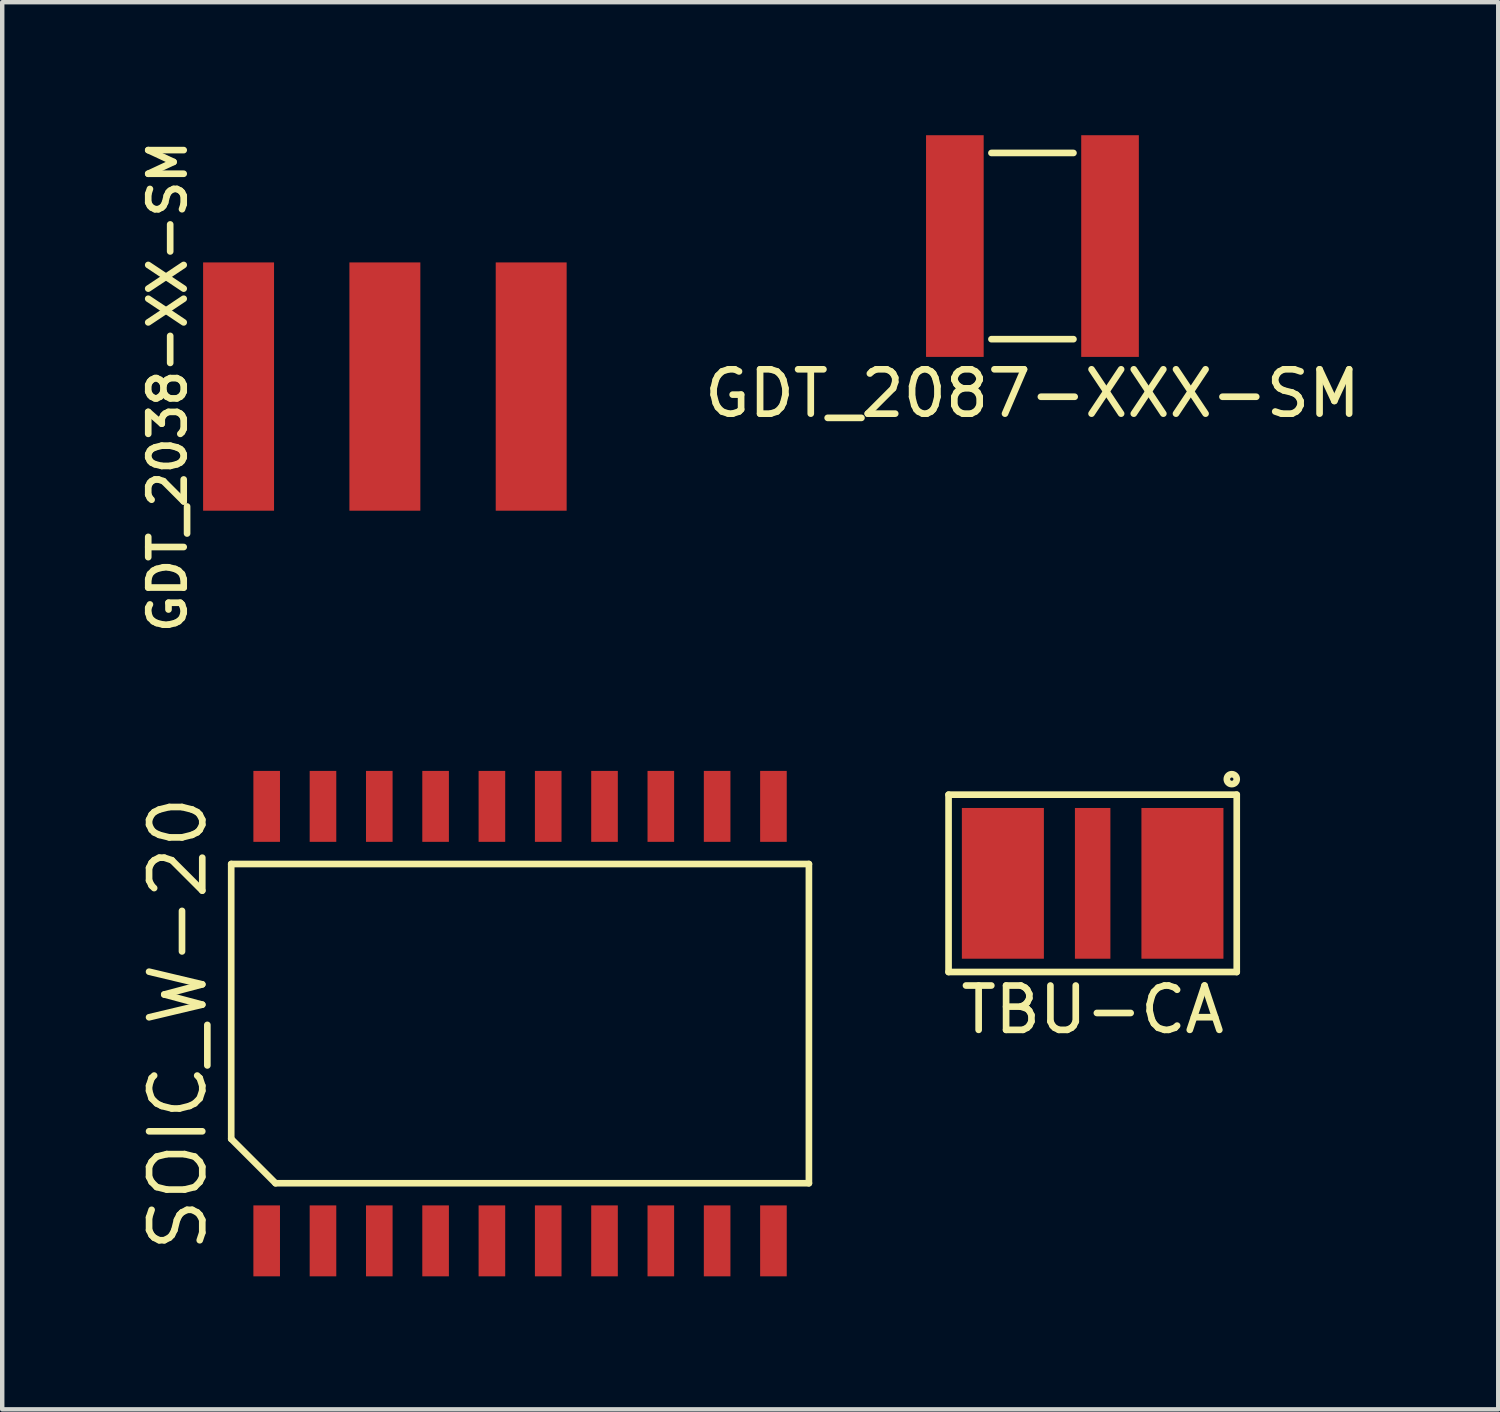
<source format=kicad_pcb>
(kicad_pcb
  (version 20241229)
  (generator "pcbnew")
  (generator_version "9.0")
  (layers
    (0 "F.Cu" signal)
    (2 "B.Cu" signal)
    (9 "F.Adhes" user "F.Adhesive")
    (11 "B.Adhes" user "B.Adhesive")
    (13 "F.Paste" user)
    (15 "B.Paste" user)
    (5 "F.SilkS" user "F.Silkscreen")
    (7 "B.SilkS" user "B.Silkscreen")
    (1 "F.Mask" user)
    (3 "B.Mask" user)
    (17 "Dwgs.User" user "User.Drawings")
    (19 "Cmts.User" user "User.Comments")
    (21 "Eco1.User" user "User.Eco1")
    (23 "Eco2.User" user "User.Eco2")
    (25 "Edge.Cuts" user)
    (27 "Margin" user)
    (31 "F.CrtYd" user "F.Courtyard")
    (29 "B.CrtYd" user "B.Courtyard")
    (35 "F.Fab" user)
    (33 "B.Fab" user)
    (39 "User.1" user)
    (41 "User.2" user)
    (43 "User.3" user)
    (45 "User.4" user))
  (footprint "SOIC_W-20"
    (layer "F.Cu")
    (at 8.68 20.038)
    (property "Reference" "SOIC_W-20" (at -7.715 0 90) (layer "F.SilkS") (effects (font (size 1.2 1.2) (thickness 0.15))))
    (attr through_hole)
    (fp_line (start -6.515 -3.6) (end -6.515 2.6) (stroke (width 0.15) (type solid)) (layer "F.SilkS"))
    (fp_line (start -6.515 2.6) (end -5.515 3.6) (stroke (width 0.15) (type solid)) (layer "F.SilkS"))
    (fp_line (start -5.515 3.6) (end 6.515 3.6) (stroke (width 0.15) (type solid)) (layer "F.SilkS"))
    (fp_line (start 6.515 -3.6) (end -6.515 -3.6) (stroke (width 0.15) (type solid)) (layer "F.SilkS"))
    (fp_line (start 6.515 3.6) (end 6.515 -3.6) (stroke (width 0.15) (type solid)) (layer "F.SilkS"))
    (pad "1" smd rect (at -5.715 4.9) (size 0.6 1.6) (layers "F.Cu" "F.Mask" "F.Paste"))
    (pad "2" smd rect (at -4.445 4.9) (size 0.6 1.6) (layers "F.Cu" "F.Mask" "F.Paste"))
    (pad "3" smd rect (at -3.175 4.9) (size 0.6 1.6) (layers "F.Cu" "F.Mask" "F.Paste"))
    (pad "4" smd rect (at -1.905 4.9) (size 0.6 1.6) (layers "F.Cu" "F.Mask" "F.Paste"))
    (pad "5" smd rect (at -0.635 4.9) (size 0.6 1.6) (layers "F.Cu" "F.Mask" "F.Paste"))
    (pad "6" smd rect (at 0.635 4.9) (size 0.6 1.6) (layers "F.Cu" "F.Mask" "F.Paste"))
    (pad "7" smd rect (at 1.905 4.9) (size 0.6 1.6) (layers "F.Cu" "F.Mask" "F.Paste"))
    (pad "8" smd rect (at 3.175 4.9) (size 0.6 1.6) (layers "F.Cu" "F.Mask" "F.Paste"))
    (pad "9" smd rect (at 4.445 4.9) (size 0.6 1.6) (layers "F.Cu" "F.Mask" "F.Paste"))
    (pad "10" smd rect (at 5.715 4.9) (size 0.6 1.6) (layers "F.Cu" "F.Mask" "F.Paste"))
    (pad "11" smd rect (at 5.715 -4.9) (size 0.6 1.6) (layers "F.Cu" "F.Mask" "F.Paste"))
    (pad "12" smd rect (at 4.445 -4.9) (size 0.6 1.6) (layers "F.Cu" "F.Mask" "F.Paste"))
    (pad "13" smd rect (at 3.175 -4.9) (size 0.6 1.6) (layers "F.Cu" "F.Mask" "F.Paste"))
    (pad "14" smd rect (at 1.905 -4.9) (size 0.6 1.6) (layers "F.Cu" "F.Mask" "F.Paste"))
    (pad "15" smd rect (at 0.635 -4.9) (size 0.6 1.6) (layers "F.Cu" "F.Mask" "F.Paste"))
    (pad "16" smd rect (at -0.635 -4.9) (size 0.6 1.6) (layers "F.Cu" "F.Mask" "F.Paste"))
    (pad "17" smd rect (at -1.905 -4.9) (size 0.6 1.6) (layers "F.Cu" "F.Mask" "F.Paste"))
    (pad "18" smd rect (at -3.175 -4.9) (size 0.6 1.6) (layers "F.Cu" "F.Mask" "F.Paste"))
    (pad "19" smd rect (at -4.445 -4.9) (size 0.6 1.6) (layers "F.Cu" "F.Mask" "F.Paste"))
    (pad "20" smd rect (at -5.715 -4.9) (size 0.6 1.6) (layers "F.Cu" "F.Mask" "F.Paste")))
  (footprint "TBU-CA"
    (layer "F.Cu")
    (at 21.595 16.874)
    (property "Reference" "TBU-CA" (at 0 2.85 0) (layer "F.SilkS") (effects (font (size 1 1) (thickness 0.15))))
    (attr through_hole)
    (fp_line (start -3.25 -2) (end 3.25 -2) (stroke (width 0.15) (type solid)) (layer "F.SilkS"))
    (fp_line (start -3.25 2) (end -3.25 -2) (stroke (width 0.15) (type solid)) (layer "F.SilkS"))
    (fp_line (start 3.25 -2) (end 3.25 2) (stroke (width 0.15) (type solid)) (layer "F.SilkS"))
    (fp_line (start 3.25 2) (end -3.25 2) (stroke (width 0.15) (type solid)) (layer "F.SilkS"))
    (fp_circle (center 3.138 -2.35) (end 3.188 -2.25) (stroke (width 0.15) (type solid)) (fill no) (layer "F.SilkS"))
    (pad "1" smd rect (at 2.025 0) (size 1.85 3.4) (layers "F.Cu" "F.Mask" "F.Paste"))
    (pad "2" smd rect (at 0 0) (size 0.8 3.4) (layers "F.Cu" "F.Mask" "F.Paste"))
    (pad "3" smd rect (at -2.025 0) (size 1.85 3.4) (layers "F.Cu" "F.Mask" "F.Paste")))
  (footprint "GDT_2038-XX-SM"
    (layer "F.Cu")
    (at 5.631 5.669)
    (property "Reference" "GDT_2038-XX-SM" (at -4.9 0 90) (layer "F.SilkS") (effects (font (size 0.8 0.8) (thickness 0.15))))
    (attr through_hole)
    (pad "1" smd rect (at -3.3 0) (size 1.6 5.6) (layers "F.Cu" "F.Mask" "F.Paste"))
    (pad "2" smd rect (at 0 0) (size 1.6 5.6) (layers "F.Cu" "F.Mask" "F.Paste"))
    (pad "3" smd rect (at 3.3 0) (size 1.6 5.6) (layers "F.Cu" "F.Mask" "F.Paste")))
  (footprint "GDT_2087-XXX-SM"
    (layer "F.Cu")
    (at 20.237 2.5)
    (property "Reference" "GDT_2087-XXX-SM" (at 0 3.325 0) (layer "F.SilkS") (effects (font (size 1 1) (thickness 0.15))))
    (attr through_hole)
    (fp_line (start -0.925 -2.1) (end 0.925 -2.1) (stroke (width 0.15) (type solid)) (layer "F.SilkS"))
    (fp_line (start 0.925 2.1) (end -0.925 2.1) (stroke (width 0.15) (type solid)) (layer "F.SilkS"))
    (pad "1" smd rect (at 1.75 0) (size 1.3 5) (layers "F.Cu" "F.Mask" "F.Paste"))
    (pad "2" smd rect (at -1.75 0) (size 1.3 5) (layers "F.Cu" "F.Mask" "F.Paste")))
  (gr_rect
    (start -3 -3)
    (end 30.743 28.738)
    (stroke (width 0.1) (type default))
    (fill no)
    (layer "Edge.Cuts")))
</source>
